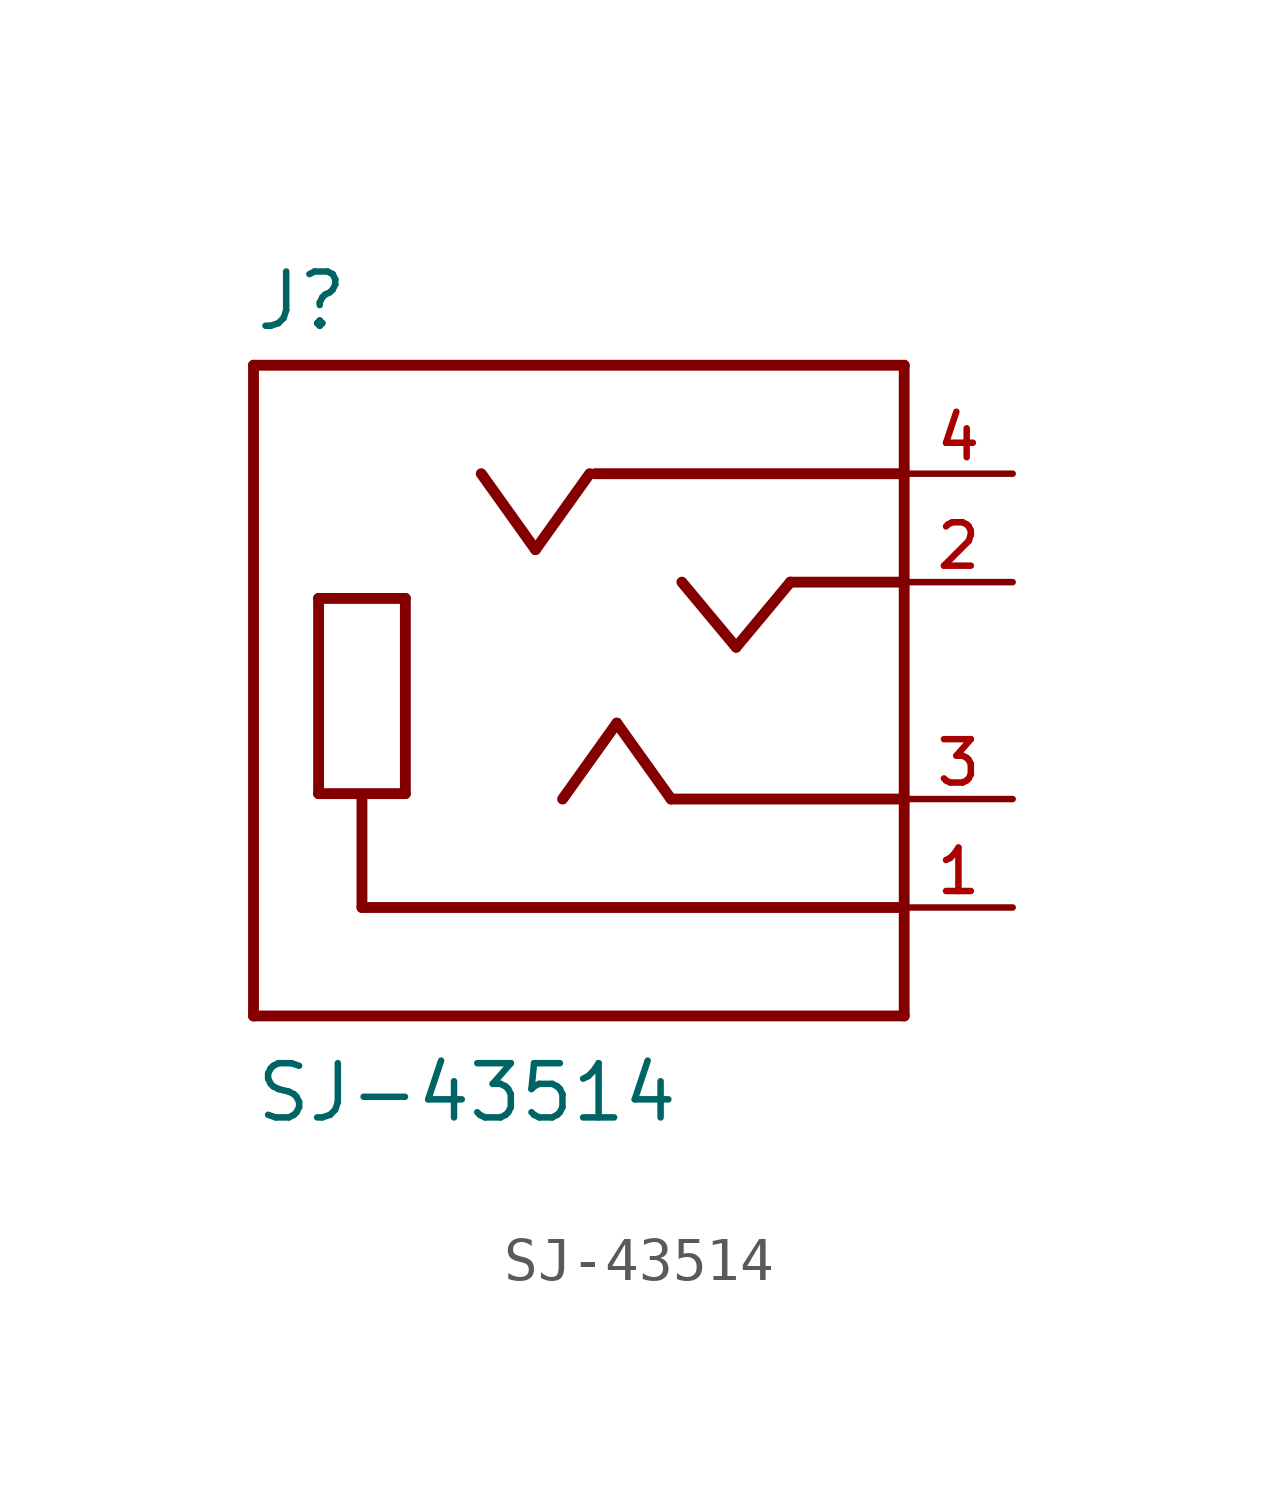
<source format=kicad_sym>
(kicad_symbol_lib
  (version 20211014)
  (generator kicad_symbol_editor)
  (symbol "SJ-43514"
    (pin_names
      (offset 1.016) hide)
    (property "Reference" "J"
      (at -7.62 8.382 0)
      (effects (font (size 1.27 1.27)) (justify left bottom)))
    (property "Value" "SJ-43514"
      (at -7.62 -10.16 0)
      (effects (font (size 1.27 1.27)) (justify left bottom)))
    (property "ki_locked" ""
      (at 0 0 0)
      (effects (font (size 1.27 1.27))))
    (symbol "SJ-43514_0_0"
      (polyline (pts (xy -7.62 -7.62) (xy -7.62 7.62)) (stroke (width 0.254) (type default) (color 0 0 0 0)) (fill (type none)))
      (polyline (pts (xy -7.62 7.62) (xy 7.62 7.62)) (stroke (width 0.254) (type default) (color 0 0 0 0)) (fill (type none)))
      (polyline (pts (xy -6.096 -2.413) (xy -4.064 -2.413)) (stroke (width 0.254) (type default) (color 0 0 0 0)) (fill (type none)))
      (polyline (pts (xy -6.096 2.159) (xy -6.096 -2.413)) (stroke (width 0.254) (type default) (color 0 0 0 0)) (fill (type none)))
      (polyline (pts (xy -5.08 -5.08) (xy 7.62 -5.08)) (stroke (width 0.254) (type default) (color 0 0 0 0)) (fill (type none)))
      (polyline (pts (xy -5.08 -2.54) (xy -5.08 -5.08)) (stroke (width 0.254) (type default) (color 0 0 0 0)) (fill (type none)))
      (polyline (pts (xy -4.064 -2.413) (xy -4.064 2.159)) (stroke (width 0.254) (type default) (color 0 0 0 0)) (fill (type none)))
      (polyline (pts (xy -4.064 2.159) (xy -6.096 2.159)) (stroke (width 0.254) (type default) (color 0 0 0 0)) (fill (type none)))
      (polyline (pts (xy -2.286 5.08) (xy -1.016 3.302)) (stroke (width 0.254) (type default) (color 0 0 0 0)) (fill (type none)))
      (polyline (pts (xy -1.016 3.302) (xy 0.254 5.08)) (stroke (width 0.254) (type default) (color 0 0 0 0)) (fill (type none)))
      (polyline (pts (xy -0.381 -2.54) (xy 0.889 -0.762)) (stroke (width 0.254) (type default) (color 0 0 0 0)) (fill (type none)))
      (polyline (pts (xy 0.381 5.08) (xy 7.62 5.08)) (stroke (width 0.254) (type default) (color 0 0 0 0)) (fill (type none)))
      (polyline (pts (xy 0.889 -0.762) (xy 2.159 -2.54)) (stroke (width 0.254) (type default) (color 0 0 0 0)) (fill (type none)))
      (polyline (pts (xy 2.159 -2.54) (xy 7.62 -2.54)) (stroke (width 0.254) (type default) (color 0 0 0 0)) (fill (type none)))
      (polyline (pts (xy 2.413 2.54) (xy 3.683 1.016)) (stroke (width 0.254) (type default) (color 0 0 0 0)) (fill (type none)))
      (polyline (pts (xy 3.683 1.016) (xy 4.953 2.54)) (stroke (width 0.254) (type default) (color 0 0 0 0)) (fill (type none)))
      (polyline (pts (xy 4.953 2.54) (xy 7.62 2.54)) (stroke (width 0.254) (type default) (color 0 0 0 0)) (fill (type none)))
      (polyline (pts (xy 7.62 -7.62) (xy -7.62 -7.62)) (stroke (width 0.254) (type default) (color 0 0 0 0)) (fill (type none)))
      (polyline (pts (xy 7.62 -5.08) (xy 7.62 -7.62)) (stroke (width 0.254) (type default) (color 0 0 0 0)) (fill (type none)))
      (polyline (pts (xy 7.62 -2.54) (xy 7.62 -5.08)) (stroke (width 0.254) (type default) (color 0 0 0 0)) (fill (type none)))
      (polyline (pts (xy 7.62 2.54) (xy 7.62 -2.54)) (stroke (width 0.254) (type default) (color 0 0 0 0)) (fill (type none)))
      (polyline (pts (xy 7.62 5.08) (xy 7.62 2.54)) (stroke (width 0.254) (type default) (color 0 0 0 0)) (fill (type none)))
      (polyline (pts (xy 7.62 7.62) (xy 7.62 5.08)) (stroke (width 0.254) (type default) (color 0 0 0 0)) (fill (type none)))
      (pin passive line (at 10.16 -5.08 180) (length 2.54) (name "~" (effects (font (size 1.016 1.016)))) (number "1" (effects (font (size 1.016 1.016)))))
      (pin passive line (at 10.16 2.54 180) (length 2.54) (name "~" (effects (font (size 1.016 1.016)))) (number "2" (effects (font (size 1.016 1.016)))))
      (pin passive line (at 10.16 -2.54 180) (length 2.54) (name "~" (effects (font (size 1.016 1.016)))) (number "3" (effects (font (size 1.016 1.016)))))
      (pin passive line (at 10.16 5.08 180) (length 2.54) (name "~" (effects (font (size 1.016 1.016)))) (number "4" (effects (font (size 1.016 1.016))))))))
</source>
